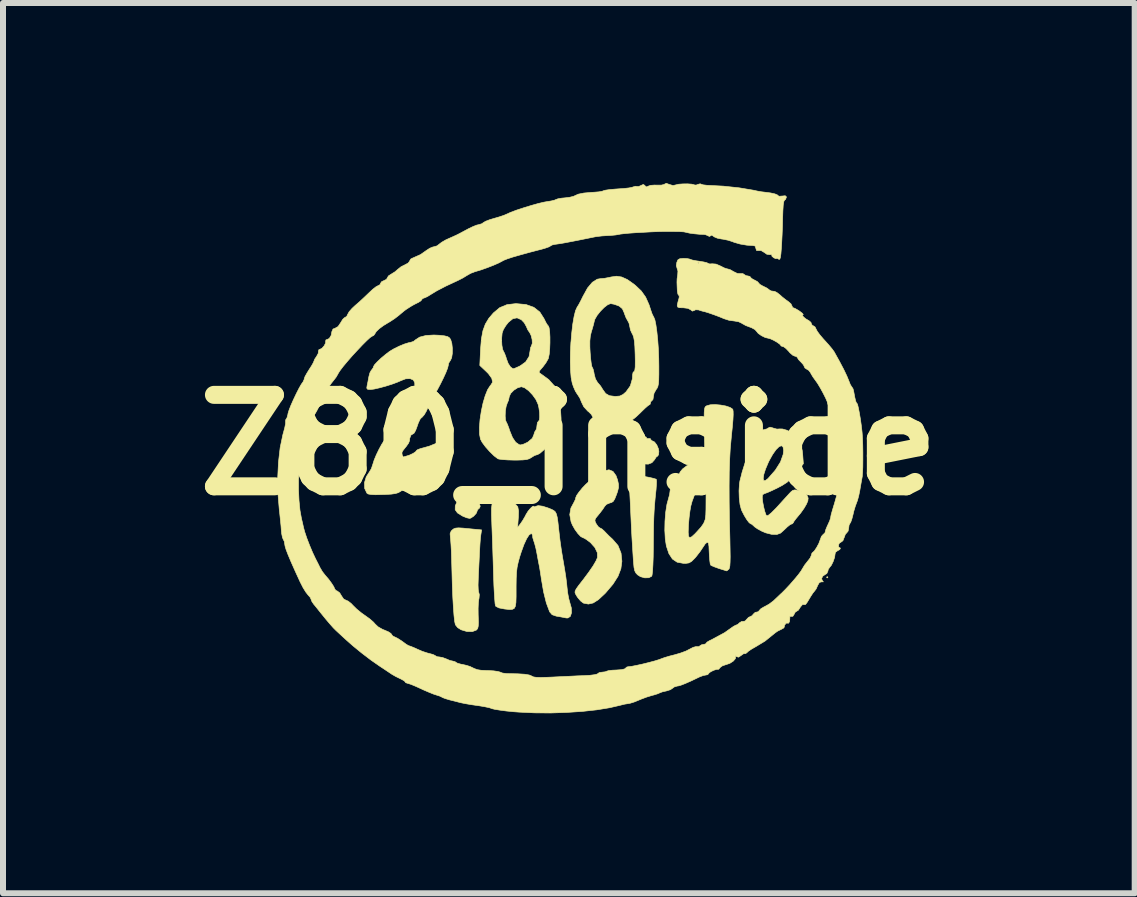
<source format=kicad_pcb>
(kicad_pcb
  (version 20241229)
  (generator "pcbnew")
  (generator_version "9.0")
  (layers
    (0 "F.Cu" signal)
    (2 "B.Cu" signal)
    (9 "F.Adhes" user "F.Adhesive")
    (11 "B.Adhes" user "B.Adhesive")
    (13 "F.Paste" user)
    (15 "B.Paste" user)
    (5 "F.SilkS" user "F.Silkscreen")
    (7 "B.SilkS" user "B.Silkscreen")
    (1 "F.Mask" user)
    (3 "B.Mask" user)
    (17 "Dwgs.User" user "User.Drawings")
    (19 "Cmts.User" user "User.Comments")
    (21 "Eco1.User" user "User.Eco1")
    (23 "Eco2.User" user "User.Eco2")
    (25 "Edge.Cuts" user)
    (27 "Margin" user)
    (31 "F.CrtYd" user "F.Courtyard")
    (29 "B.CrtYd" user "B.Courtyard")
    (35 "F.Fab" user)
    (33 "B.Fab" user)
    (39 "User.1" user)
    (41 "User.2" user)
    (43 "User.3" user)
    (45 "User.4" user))
  (footprint "Z80_inside"
    (layer "F.Cu")
    (at 6.43 4.365)
    (property "Reference" "Z80_inside" (at 0 0 0) (layer "F.SilkS") (effects (font (size 1.524 1.524) (thickness 0.3))))
    (attr through_hole)
    (fp_poly (pts (xy 4.318 2.205) (xy 4.306 2.217) (xy 4.295 2.205) (xy 4.306 2.194) (xy 4.318 2.205)) (stroke (width 0.01) (type solid)) (fill yes) (layer "F.SilkS"))
    (fp_poly (pts (xy -1.672 0.825) (xy -1.592 0.867) (xy -1.534 0.917) (xy -1.494 0.972) (xy -1.477 1.021) (xy -1.489 1.053) (xy -1.497 1.057) (xy -1.523 1.084) (xy -1.525 1.093) (xy -1.543 1.139) (xy -1.586 1.187) (xy -1.634 1.219) (xy -1.655 1.224) (xy -1.703 1.214) (xy -1.766 1.188) (xy -1.776 1.183) (xy -1.856 1.133) (xy -1.894 1.08) (xy -1.893 1.016) (xy -1.864 0.947) (xy -1.808 0.861) (xy -1.745 0.821) (xy -1.672 0.825)) (stroke (width 0.01) (type solid)) (fill yes) (layer "F.SilkS"))
    (fp_poly (pts (xy 1.29 -0.13) (xy 1.293 -0.116) (xy 1.31 -0.103) (xy 1.328 -0.107) (xy 1.357 -0.106) (xy 1.362 -0.095) (xy 1.38 -0.07) (xy 1.388 -0.069) (xy 1.428 -0.049) (xy 1.466 0.001) (xy 1.493 0.065) (xy 1.5 0.11) (xy 1.495 0.161) (xy 1.481 0.185) (xy 1.479 0.185) (xy 1.455 0.203) (xy 1.427 0.248) (xy 1.384 0.296) (xy 1.323 0.32) (xy 1.262 0.317) (xy 1.231 0.299) (xy 1.19 0.267) (xy 1.151 0.244) (xy 1.117 0.22) (xy 1.101 0.18) (xy 1.098 0.111) (xy 1.098 0.109) (xy 1.106 0.028) (xy 1.134 -0.032) (xy 1.166 -0.069) (xy 1.221 -0.117) (xy 1.265 -0.138) (xy 1.29 -0.13)) (stroke (width 0.01) (type solid)) (fill yes) (layer "F.SilkS"))
    (fp_poly (pts (xy 1.182 0.513) (xy 1.255 0.525) (xy 1.343 0.541) (xy 1.413 0.558) (xy 1.452 0.57) (xy 1.457 0.573) (xy 1.461 0.602) (xy 1.459 0.665) (xy 1.453 0.75) (xy 1.449 0.785) (xy 1.437 0.902) (xy 1.428 1.006) (xy 1.421 1.107) (xy 1.416 1.215) (xy 1.412 1.339) (xy 1.41 1.49) (xy 1.408 1.676) (xy 1.408 1.697) (xy 1.406 1.863) (xy 1.401 1.999) (xy 1.395 2.102) (xy 1.387 2.167) (xy 1.381 2.188) (xy 1.333 2.213) (xy 1.265 2.215) (xy 1.193 2.195) (xy 1.146 2.165) (xy 1.117 2.134) (xy 1.098 2.097) (xy 1.086 2.042) (xy 1.078 1.956) (xy 1.074 1.905) (xy 1.062 1.714) (xy 1.052 1.552) (xy 1.044 1.403) (xy 1.037 1.252) (xy 1.029 1.08) (xy 1.028 1.051) (xy 1.022 0.927) (xy 1.016 0.813) (xy 1.009 0.722) (xy 1.003 0.663) (xy 1.002 0.655) (xy 1.005 0.577) (xy 1.027 0.538) (xy 1.049 0.516) (xy 1.075 0.505) (xy 1.115 0.504) (xy 1.182 0.513)) (stroke (width 0.01) (type solid)) (fill yes) (layer "F.SilkS"))
    (fp_poly (pts (xy -1.765 1.386) (xy -1.675 1.395) (xy -1.454 1.416) (xy -1.467 1.499) (xy -1.474 1.558) (xy -1.481 1.649) (xy -1.487 1.755) (xy -1.49 1.813) (xy -1.496 1.942) (xy -1.503 2.083) (xy -1.509 2.21) (xy -1.51 2.243) (xy -1.513 2.335) (xy -1.51 2.41) (xy -1.504 2.455) (xy -1.5 2.462) (xy -1.492 2.496) (xy -1.497 2.556) (xy -1.5 2.568) (xy -1.508 2.632) (xy -1.512 2.725) (xy -1.511 2.828) (xy -1.51 2.855) (xy -1.507 2.955) (xy -1.51 3.019) (xy -1.519 3.058) (xy -1.537 3.082) (xy -1.541 3.085) (xy -1.609 3.111) (xy -1.7 3.109) (xy -1.796 3.08) (xy -1.853 3.044) (xy -1.889 2.999) (xy -1.891 2.996) (xy -1.903 2.941) (xy -1.914 2.843) (xy -1.924 2.708) (xy -1.934 2.538) (xy -1.942 2.338) (xy -1.948 2.112) (xy -1.95 2.043) (xy -1.954 1.903) (xy -1.958 1.773) (xy -1.964 1.663) (xy -1.97 1.582) (xy -1.974 1.544) (xy -1.979 1.479) (xy -1.961 1.435) (xy -1.943 1.417) (xy -1.917 1.397) (xy -1.886 1.386) (xy -1.839 1.382) (xy -1.765 1.386)) (stroke (width 0.01) (type solid)) (fill yes) (layer "F.SilkS"))
    (fp_poly (pts (xy 0.735 0.441) (xy 0.786 0.511) (xy 0.812 0.584) (xy 0.827 0.654) (xy 0.828 0.71) (xy 0.812 0.776) (xy 0.794 0.827) (xy 0.764 0.902) (xy 0.737 0.944) (xy 0.705 0.962) (xy 0.685 0.966) (xy 0.627 0.99) (xy 0.597 1.023) (xy 0.566 1.071) (xy 0.518 1.134) (xy 0.495 1.162) (xy 0.451 1.216) (xy 0.434 1.251) (xy 0.44 1.283) (xy 0.458 1.318) (xy 0.491 1.364) (xy 0.52 1.385) (xy 0.522 1.385) (xy 0.552 1.401) (xy 0.595 1.44) (xy 0.603 1.449) (xy 0.662 1.51) (xy 0.726 1.569) (xy 0.728 1.571) (xy 0.819 1.676) (xy 0.87 1.803) (xy 0.884 1.939) (xy 0.867 2.064) (xy 0.819 2.189) (xy 0.735 2.321) (xy 0.613 2.465) (xy 0.593 2.485) (xy 0.492 2.579) (xy 0.405 2.634) (xy 0.325 2.652) (xy 0.247 2.637) (xy 0.24 2.634) (xy 0.197 2.601) (xy 0.15 2.546) (xy 0.139 2.53) (xy 0.116 2.492) (xy 0.103 2.463) (xy 0.105 2.434) (xy 0.125 2.396) (xy 0.165 2.34) (xy 0.229 2.258) (xy 0.243 2.24) (xy 0.333 2.119) (xy 0.406 2.013) (xy 0.455 1.928) (xy 0.477 1.876) (xy 0.475 1.796) (xy 0.434 1.71) (xy 0.361 1.628) (xy 0.346 1.616) (xy 0.291 1.575) (xy 0.249 1.551) (xy 0.238 1.547) (xy 0.2 1.528) (xy 0.152 1.478) (xy 0.102 1.41) (xy 0.059 1.334) (xy 0.037 1.28) (xy 0.015 1.161) (xy 0.034 1.052) (xy 0.084 0.959) (xy 0.109 0.908) (xy 0.115 0.878) (xy 0.131 0.84) (xy 0.171 0.783) (xy 0.225 0.717) (xy 0.284 0.655) (xy 0.337 0.608) (xy 0.371 0.588) (xy 0.415 0.565) (xy 0.473 0.521) (xy 0.503 0.495) (xy 0.591 0.432) (xy 0.669 0.414) (xy 0.735 0.441)) (stroke (width 0.01) (type solid)) (fill yes) (layer "F.SilkS"))
    (fp_poly (pts (xy -1.084 0.942) (xy -1.064 0.945) (xy -0.957 0.962) (xy -0.888 0.988) (xy -0.851 1.031) (xy -0.838 1.101) (xy -0.841 1.205) (xy -0.842 1.212) (xy -0.854 1.374) (xy -0.808 1.316) (xy -0.769 1.259) (xy -0.726 1.185) (xy -0.714 1.16) (xy -0.68 1.105) (xy -0.641 1.058) (xy -0.606 1.026) (xy -0.582 1.02) (xy -0.577 1.031) (xy -0.565 1.033) (xy -0.552 1.023) (xy -0.51 1.011) (xy -0.438 1.021) (xy -0.344 1.051) (xy -0.285 1.075) (xy -0.251 1.093) (xy -0.226 1.115) (xy -0.208 1.15) (xy -0.194 1.204) (xy -0.182 1.285) (xy -0.169 1.402) (xy -0.162 1.466) (xy -0.147 1.594) (xy -0.126 1.743) (xy -0.102 1.889) (xy -0.091 1.951) (xy -0.07 2.075) (xy -0.05 2.202) (xy -0.036 2.314) (xy -0.031 2.367) (xy -0.02 2.464) (xy -0.003 2.556) (xy 0.013 2.616) (xy 0.041 2.715) (xy 0.044 2.798) (xy 0.025 2.857) (xy -0.016 2.884) (xy -0.042 2.884) (xy -0.077 2.877) (xy -0.092 2.874) (xy -0.138 2.865) (xy -0.203 2.854) (xy -0.21 2.853) (xy -0.279 2.829) (xy -0.321 2.78) (xy -0.322 2.776) (xy -0.375 2.634) (xy -0.421 2.449) (xy -0.46 2.222) (xy -0.462 2.205) (xy -0.475 2.12) (xy -0.487 2.045) (xy -0.494 2.009) (xy -0.505 1.955) (xy -0.52 1.875) (xy -0.531 1.813) (xy -0.549 1.724) (xy -0.57 1.644) (xy -0.583 1.605) (xy -0.601 1.548) (xy -0.605 1.507) (xy -0.605 1.507) (xy -0.617 1.481) (xy -0.63 1.478) (xy -0.663 1.5) (xy -0.703 1.562) (xy -0.748 1.659) (xy -0.794 1.786) (xy -0.821 1.87) (xy -0.845 1.959) (xy -0.862 2.038) (xy -0.872 2.121) (xy -0.877 2.222) (xy -0.879 2.352) (xy -0.879 2.393) (xy -0.879 2.53) (xy -0.882 2.627) (xy -0.892 2.69) (xy -0.912 2.726) (xy -0.946 2.741) (xy -0.998 2.742) (xy -1.072 2.734) (xy -1.077 2.733) (xy -1.165 2.716) (xy -1.216 2.69) (xy -1.222 2.681) (xy -1.229 2.648) (xy -1.235 2.576) (xy -1.242 2.472) (xy -1.249 2.344) (xy -1.254 2.198) (xy -1.256 2.136) (xy -1.261 1.961) (xy -1.267 1.777) (xy -1.273 1.598) (xy -1.279 1.437) (xy -1.284 1.309) (xy -1.284 1.303) (xy -1.289 1.161) (xy -1.289 1.06) (xy -1.281 0.992) (xy -1.26 0.952) (xy -1.222 0.935) (xy -1.165 0.934) (xy -1.084 0.942)) (stroke (width 0.01) (type solid)) (fill yes) (layer "F.SilkS"))
    (fp_poly (pts (xy 3.402 -0.283) (xy 3.408 -0.28) (xy 3.468 -0.264) (xy 3.514 -0.267) (xy 3.561 -0.266) (xy 3.63 -0.246) (xy 3.661 -0.233) (xy 3.769 -0.158) (xy 3.845 -0.052) (xy 3.888 0.087) (xy 3.897 0.162) (xy 3.908 0.313) (xy 3.782 0.471) (xy 3.706 0.559) (xy 3.637 0.622) (xy 3.555 0.675) (xy 3.473 0.718) (xy 3.388 0.759) (xy 3.318 0.79) (xy 3.273 0.807) (xy 3.264 0.808) (xy 3.233 0.827) (xy 3.225 0.84) (xy 3.223 0.882) (xy 3.231 0.951) (xy 3.246 1.032) (xy 3.265 1.108) (xy 3.285 1.164) (xy 3.295 1.18) (xy 3.321 1.175) (xy 3.373 1.133) (xy 3.452 1.054) (xy 3.489 1.014) (xy 3.563 0.932) (xy 3.629 0.86) (xy 3.679 0.805) (xy 3.701 0.782) (xy 3.73 0.758) (xy 3.766 0.749) (xy 3.822 0.756) (xy 3.904 0.776) (xy 3.942 0.803) (xy 3.971 0.842) (xy 3.988 0.886) (xy 3.983 0.931) (xy 3.96 0.986) (xy 3.92 1.055) (xy 3.864 1.134) (xy 3.83 1.175) (xy 3.782 1.233) (xy 3.749 1.278) (xy 3.741 1.296) (xy 3.723 1.315) (xy 3.715 1.316) (xy 3.684 1.331) (xy 3.638 1.368) (xy 3.626 1.38) (xy 3.575 1.428) (xy 3.532 1.466) (xy 3.527 1.47) (xy 3.467 1.492) (xy 3.38 1.49) (xy 3.281 1.465) (xy 3.215 1.437) (xy 3.147 1.4) (xy 3.096 1.365) (xy 3.08 1.349) (xy 3.048 1.321) (xy 3.034 1.316) (xy 3.006 1.297) (xy 2.967 1.247) (xy 2.924 1.177) (xy 2.884 1.099) (xy 2.875 1.077) (xy 2.853 0.995) (xy 2.84 0.885) (xy 2.836 0.765) (xy 2.843 0.651) (xy 2.851 0.599) (xy 2.862 0.557) (xy 3.239 0.557) (xy 3.247 0.593) (xy 3.274 0.595) (xy 3.319 0.56) (xy 3.442 0.419) (xy 3.527 0.284) (xy 3.572 0.157) (xy 3.579 0.09) (xy 3.569 0.032) (xy 3.543 0.013) (xy 3.503 0.029) (xy 3.453 0.078) (xy 3.397 0.157) (xy 3.338 0.263) (xy 3.325 0.29) (xy 3.278 0.401) (xy 3.249 0.491) (xy 3.239 0.557) (xy 2.862 0.557) (xy 2.888 0.452) (xy 2.936 0.3) (xy 2.991 0.154) (xy 3.048 0.026) (xy 3.103 -0.071) (xy 3.118 -0.092) (xy 3.159 -0.152) (xy 3.189 -0.203) (xy 3.194 -0.214) (xy 3.226 -0.248) (xy 3.25 -0.254) (xy 3.301 -0.268) (xy 3.32 -0.281) (xy 3.353 -0.296) (xy 3.402 -0.283)) (stroke (width 0.01) (type solid)) (fill yes) (layer "F.SilkS"))
    (fp_poly (pts (xy 2.528 -0.665) (xy 2.616 -0.649) (xy 2.687 -0.625) (xy 2.729 -0.597) (xy 2.733 -0.59) (xy 2.738 -0.559) (xy 2.739 -0.505) (xy 2.735 -0.421) (xy 2.725 -0.304) (xy 2.709 -0.147) (xy 2.705 -0.104) (xy 2.69 0.059) (xy 2.68 0.242) (xy 2.673 0.449) (xy 2.671 0.684) (xy 2.672 0.953) (xy 2.676 1.259) (xy 2.684 1.569) (xy 2.687 1.737) (xy 2.689 1.864) (xy 2.687 1.955) (xy 2.683 2.017) (xy 2.675 2.054) (xy 2.666 2.071) (xy 2.637 2.095) (xy 2.628 2.099) (xy 2.604 2.091) (xy 2.549 2.074) (xy 2.501 2.059) (xy 2.431 2.034) (xy 2.381 2.013) (xy 2.365 2.004) (xy 2.356 1.982) (xy 2.349 1.931) (xy 2.342 1.848) (xy 2.336 1.725) (xy 2.335 1.691) (xy 2.326 1.634) (xy 2.305 1.621) (xy 2.271 1.651) (xy 2.235 1.705) (xy 2.186 1.778) (xy 2.125 1.857) (xy 2.1 1.886) (xy 2.046 1.94) (xy 2.002 1.966) (xy 1.948 1.974) (xy 1.907 1.973) (xy 1.805 1.954) (xy 1.726 1.901) (xy 1.667 1.81) (xy 1.625 1.684) (xy 1.607 1.568) (xy 1.601 1.454) (xy 1.989 1.454) (xy 1.994 1.52) (xy 2.012 1.545) (xy 2.047 1.531) (xy 2.101 1.482) (xy 2.131 1.45) (xy 2.203 1.37) (xy 2.247 1.307) (xy 2.272 1.244) (xy 2.282 1.166) (xy 2.285 1.074) (xy 2.286 0.906) (xy 2.287 0.779) (xy 2.287 0.687) (xy 2.286 0.625) (xy 2.283 0.587) (xy 2.277 0.569) (xy 2.27 0.563) (xy 2.259 0.566) (xy 2.252 0.569) (xy 2.219 0.599) (xy 2.178 0.662) (xy 2.133 0.747) (xy 2.09 0.843) (xy 2.054 0.94) (xy 2.033 1.016) (xy 2.018 1.101) (xy 2.004 1.211) (xy 1.994 1.325) (xy 1.993 1.345) (xy 1.989 1.454) (xy 1.601 1.454) (xy 1.599 1.426) (xy 1.602 1.272) (xy 1.614 1.121) (xy 1.635 0.988) (xy 1.661 0.893) (xy 1.679 0.826) (xy 1.686 0.774) (xy 1.692 0.729) (xy 1.703 0.712) (xy 1.723 0.688) (xy 1.757 0.635) (xy 1.797 0.563) (xy 1.839 0.485) (xy 1.857 0.447) (xy 1.896 0.4) (xy 1.962 0.35) (xy 2.038 0.307) (xy 2.107 0.281) (xy 2.132 0.277) (xy 2.194 0.264) (xy 2.226 0.247) (xy 2.243 0.229) (xy 2.255 0.2) (xy 2.261 0.151) (xy 2.263 0.074) (xy 2.262 -0.039) (xy 2.261 -0.059) (xy 2.258 -0.235) (xy 2.256 -0.37) (xy 2.255 -0.471) (xy 2.256 -0.542) (xy 2.26 -0.59) (xy 2.266 -0.619) (xy 2.275 -0.637) (xy 2.288 -0.647) (xy 2.299 -0.653) (xy 2.356 -0.669) (xy 2.437 -0.673) (xy 2.528 -0.665)) (stroke (width 0.01) (type solid)) (fill yes) (layer "F.SilkS"))
    (fp_poly (pts (xy 0.88 -2.799) (xy 0.973 -2.757) (xy 1.08 -2.682) (xy 1.11 -2.658) (xy 1.207 -2.566) (xy 1.28 -2.463) (xy 1.337 -2.335) (xy 1.364 -2.251) (xy 1.387 -2.185) (xy 1.411 -2.136) (xy 1.416 -2.128) (xy 1.434 -2.084) (xy 1.451 -2.001) (xy 1.467 -1.887) (xy 1.481 -1.751) (xy 1.492 -1.599) (xy 1.498 -1.441) (xy 1.5 -1.314) (xy 1.5 -1.181) (xy 1.498 -1.085) (xy 1.493 -1.02) (xy 1.484 -0.976) (xy 1.471 -0.946) (xy 1.455 -0.924) (xy 1.42 -0.862) (xy 1.409 -0.805) (xy 1.402 -0.758) (xy 1.385 -0.739) (xy 1.365 -0.72) (xy 1.362 -0.704) (xy 1.352 -0.674) (xy 1.342 -0.67) (xy 1.318 -0.654) (xy 1.271 -0.613) (xy 1.21 -0.554) (xy 1.188 -0.532) (xy 1.118 -0.466) (xy 1.053 -0.415) (xy 1.003 -0.386) (xy 0.995 -0.383) (xy 0.831 -0.363) (xy 0.681 -0.362) (xy 0.623 -0.368) (xy 0.526 -0.39) (xy 0.449 -0.42) (xy 0.402 -0.454) (xy 0.393 -0.476) (xy 0.376 -0.507) (xy 0.333 -0.55) (xy 0.315 -0.564) (xy 0.249 -0.636) (xy 0.212 -0.711) (xy 0.183 -0.782) (xy 0.145 -0.841) (xy 0.14 -0.847) (xy 0.109 -0.896) (xy 0.076 -0.971) (xy 0.056 -1.031) (xy 0.038 -1.123) (xy 0.028 -1.245) (xy 0.024 -1.389) (xy 0.026 -1.545) (xy 0.034 -1.707) (xy 0.037 -1.733) (xy 0.35 -1.733) (xy 0.35 -1.629) (xy 0.355 -1.54) (xy 0.363 -1.441) (xy 0.373 -1.36) (xy 0.383 -1.308) (xy 0.39 -1.294) (xy 0.404 -1.265) (xy 0.418 -1.208) (xy 0.422 -1.181) (xy 0.443 -1.101) (xy 0.478 -1.041) (xy 0.483 -1.036) (xy 0.529 -0.982) (xy 0.565 -0.924) (xy 0.613 -0.857) (xy 0.675 -0.821) (xy 0.766 -0.809) (xy 0.779 -0.809) (xy 0.849 -0.815) (xy 0.904 -0.842) (xy 0.954 -0.886) (xy 1.025 -0.985) (xy 1.059 -1.104) (xy 1.062 -1.169) (xy 1.071 -1.211) (xy 1.088 -1.224) (xy 1.099 -1.243) (xy 1.106 -1.301) (xy 1.107 -1.401) (xy 1.105 -1.508) (xy 1.1 -1.639) (xy 1.092 -1.732) (xy 1.08 -1.797) (xy 1.064 -1.841) (xy 1.056 -1.853) (xy 1.027 -1.915) (xy 1.016 -1.969) (xy 1.002 -2.031) (xy 0.982 -2.068) (xy 0.953 -2.12) (xy 0.926 -2.19) (xy 0.923 -2.201) (xy 0.892 -2.27) (xy 0.84 -2.313) (xy 0.819 -2.322) (xy 0.753 -2.345) (xy 0.698 -2.355) (xy 0.694 -2.355) (xy 0.648 -2.337) (xy 0.588 -2.291) (xy 0.526 -2.228) (xy 0.471 -2.159) (xy 0.434 -2.095) (xy 0.426 -2.071) (xy 0.41 -2.003) (xy 0.386 -1.92) (xy 0.375 -1.886) (xy 0.358 -1.814) (xy 0.35 -1.733) (xy 0.037 -1.733) (xy 0.048 -1.866) (xy 0.065 -2.012) (xy 0.087 -2.139) (xy 0.111 -2.237) (xy 0.139 -2.298) (xy 0.142 -2.302) (xy 0.164 -2.337) (xy 0.198 -2.401) (xy 0.235 -2.476) (xy 0.312 -2.616) (xy 0.392 -2.711) (xy 0.473 -2.762) (xy 0.524 -2.771) (xy 0.595 -2.777) (xy 0.679 -2.793) (xy 0.704 -2.799) (xy 0.794 -2.812) (xy 0.88 -2.799)) (stroke (width 0.01) (type solid)) (fill yes) (layer "F.SilkS"))
    (fp_poly (pts (xy -2.16 -1.828) (xy -2.072 -1.818) (xy -2.019 -1.805) (xy -1.988 -1.784) (xy -1.969 -1.755) (xy -1.95 -1.691) (xy -1.941 -1.609) (xy -1.942 -1.524) (xy -1.953 -1.453) (xy -1.973 -1.41) (xy -1.974 -1.409) (xy -2.003 -1.363) (xy -2.009 -1.328) (xy -2.02 -1.282) (xy -2.049 -1.207) (xy -2.091 -1.115) (xy -2.14 -1.016) (xy -2.19 -0.922) (xy -2.237 -0.843) (xy -2.274 -0.79) (xy -2.284 -0.78) (xy -2.321 -0.732) (xy -2.332 -0.692) (xy -2.344 -0.636) (xy -2.372 -0.568) (xy -2.409 -0.504) (xy -2.445 -0.462) (xy -2.456 -0.455) (xy -2.48 -0.427) (xy -2.508 -0.368) (xy -2.527 -0.313) (xy -2.554 -0.24) (xy -2.581 -0.194) (xy -2.596 -0.185) (xy -2.631 -0.164) (xy -2.652 -0.11) (xy -2.655 -0.071) (xy -2.671 -0.03) (xy -2.709 0.024) (xy -2.725 0.043) (xy -2.768 0.098) (xy -2.792 0.149) (xy -2.794 0.162) (xy -2.787 0.194) (xy -2.756 0.199) (xy -2.731 0.193) (xy -2.659 0.171) (xy -2.595 0.141) (xy -2.551 0.111) (xy -2.54 0.094) (xy -2.519 0.078) (xy -2.467 0.059) (xy -2.42 0.047) (xy -2.325 0.02) (xy -2.229 -0.019) (xy -2.197 -0.035) (xy -2.12 -0.07) (xy -2.044 -0.09) (xy -2.018 -0.092) (xy -1.94 -0.092) (xy -1.94 0.026) (xy -1.962 0.164) (xy -2.027 0.298) (xy -2.129 0.42) (xy -2.161 0.448) (xy -2.216 0.499) (xy -2.253 0.542) (xy -2.263 0.563) (xy -2.284 0.589) (xy -2.338 0.621) (xy -2.415 0.653) (xy -2.504 0.682) (xy -2.593 0.703) (xy -2.621 0.708) (xy -2.704 0.727) (xy -2.779 0.757) (xy -2.802 0.772) (xy -2.841 0.795) (xy -2.89 0.81) (xy -2.96 0.82) (xy -3.063 0.826) (xy -3.103 0.827) (xy -3.221 0.83) (xy -3.299 0.826) (xy -3.346 0.817) (xy -3.365 0.804) (xy -3.403 0.725) (xy -3.406 0.629) (xy -3.376 0.53) (xy -3.324 0.45) (xy -3.291 0.395) (xy -3.268 0.326) (xy -3.267 0.323) (xy -3.245 0.253) (xy -3.209 0.166) (xy -3.164 0.073) (xy -3.117 -0.013) (xy -3.074 -0.079) (xy -3.045 -0.111) (xy -3.011 -0.157) (xy -3.002 -0.197) (xy -2.985 -0.249) (xy -2.959 -0.276) (xy -2.927 -0.311) (xy -2.898 -0.373) (xy -2.89 -0.4) (xy -2.867 -0.469) (xy -2.839 -0.52) (xy -2.829 -0.531) (xy -2.8 -0.57) (xy -2.794 -0.591) (xy -2.78 -0.626) (xy -2.744 -0.678) (xy -2.728 -0.698) (xy -2.682 -0.759) (xy -2.649 -0.818) (xy -2.644 -0.83) (xy -2.618 -0.887) (xy -2.595 -0.918) (xy -2.567 -0.973) (xy -2.568 -1.037) (xy -2.591 -1.081) (xy -2.645 -1.105) (xy -2.72 -1.102) (xy -2.79 -1.075) (xy -2.857 -1.046) (xy -2.949 -1.012) (xy -3.054 -0.979) (xy -3.158 -0.951) (xy -3.246 -0.931) (xy -3.304 -0.924) (xy -3.353 -0.927) (xy -3.368 -0.947) (xy -3.362 -0.987) (xy -3.348 -1.055) (xy -3.334 -1.132) (xy -3.333 -1.137) (xy -3.316 -1.201) (xy -3.292 -1.245) (xy -3.287 -1.249) (xy -3.26 -1.287) (xy -3.256 -1.305) (xy -3.239 -1.335) (xy -3.194 -1.384) (xy -3.13 -1.445) (xy -3.056 -1.507) (xy -2.988 -1.559) (xy -2.916 -1.602) (xy -2.829 -1.645) (xy -2.742 -1.681) (xy -2.671 -1.703) (xy -2.642 -1.708) (xy -2.589 -1.725) (xy -2.554 -1.753) (xy -2.486 -1.797) (xy -2.382 -1.824) (xy -2.251 -1.832) (xy -2.16 -1.828)) (stroke (width 0.01) (type solid)) (fill yes) (layer "F.SilkS"))
    (fp_poly (pts (xy -0.714 -2.34) (xy -0.583 -2.293) (xy -0.484 -2.215) (xy -0.415 -2.107) (xy -0.383 -2.042) (xy -0.354 -1.995) (xy -0.342 -1.983) (xy -0.329 -1.952) (xy -0.32 -1.887) (xy -0.315 -1.799) (xy -0.315 -1.7) (xy -0.319 -1.6) (xy -0.327 -1.513) (xy -0.34 -1.449) (xy -0.344 -1.436) (xy -0.382 -1.369) (xy -0.434 -1.299) (xy -0.445 -1.287) (xy -0.485 -1.24) (xy -0.497 -1.213) (xy -0.482 -1.195) (xy -0.474 -1.19) (xy -0.335 -1.089) (xy -0.235 -0.977) (xy -0.177 -0.857) (xy -0.176 -0.854) (xy -0.162 -0.781) (xy -0.148 -0.679) (xy -0.137 -0.562) (xy -0.13 -0.449) (xy -0.129 -0.378) (xy -0.137 -0.289) (xy -0.166 -0.216) (xy -0.202 -0.162) (xy -0.273 -0.072) (xy -0.348 0.013) (xy -0.419 0.085) (xy -0.479 0.137) (xy -0.521 0.161) (xy -0.527 0.162) (xy -0.572 0.176) (xy -0.623 0.208) (xy -0.658 0.229) (xy -0.702 0.243) (xy -0.767 0.25) (xy -0.863 0.253) (xy -0.912 0.253) (xy -1.015 0.25) (xy -1.102 0.244) (xy -1.164 0.236) (xy -1.183 0.23) (xy -1.246 0.182) (xy -1.318 0.112) (xy -1.388 0.033) (xy -1.444 -0.042) (xy -1.473 -0.097) (xy -1.489 -0.181) (xy -1.49 -0.293) (xy -1.48 -0.424) (xy -1.471 -0.482) (xy -1.061 -0.482) (xy -1.056 -0.415) (xy -1.042 -0.38) (xy -1.025 -0.347) (xy -1.001 -0.285) (xy -0.983 -0.231) (xy -0.939 -0.123) (xy -0.886 -0.045) (xy -0.83 -0.005) (xy -0.805 0) (xy -0.76 -0.011) (xy -0.699 -0.039) (xy -0.681 -0.049) (xy -0.609 -0.11) (xy -0.585 -0.165) (xy -0.569 -0.217) (xy -0.551 -0.244) (xy -0.537 -0.274) (xy -0.531 -0.325) (xy -0.524 -0.373) (xy -0.508 -0.393) (xy -0.492 -0.413) (xy -0.486 -0.466) (xy -0.488 -0.539) (xy -0.499 -0.619) (xy -0.513 -0.678) (xy -0.549 -0.757) (xy -0.606 -0.836) (xy -0.672 -0.905) (xy -0.738 -0.953) (xy -0.791 -0.97) (xy -0.853 -0.953) (xy -0.917 -0.912) (xy -0.969 -0.859) (xy -0.993 -0.806) (xy -0.994 -0.8) (xy -1.006 -0.743) (xy -1.028 -0.693) (xy -1.046 -0.638) (xy -1.058 -0.562) (xy -1.061 -0.482) (xy -1.471 -0.482) (xy -1.459 -0.562) (xy -1.43 -0.698) (xy -1.394 -0.82) (xy -1.354 -0.92) (xy -1.312 -0.985) (xy -1.303 -0.995) (xy -1.271 -1.045) (xy -1.284 -1.109) (xy -1.34 -1.187) (xy -1.377 -1.224) (xy -1.484 -1.325) (xy -1.471 -1.601) (xy -1.459 -1.745) (xy -1.12 -1.745) (xy -1.116 -1.663) (xy -1.105 -1.598) (xy -1.093 -1.568) (xy -1.071 -1.526) (xy -1.047 -1.461) (xy -1.041 -1.438) (xy -1.011 -1.358) (xy -0.972 -1.299) (xy -0.933 -1.271) (xy -0.926 -1.27) (xy -0.897 -1.279) (xy -0.842 -1.303) (xy -0.813 -1.317) (xy -0.72 -1.383) (xy -0.663 -1.473) (xy -0.647 -1.564) (xy -0.638 -1.621) (xy -0.622 -1.655) (xy -0.609 -1.694) (xy -0.612 -1.756) (xy -0.628 -1.822) (xy -0.652 -1.872) (xy -0.657 -1.878) (xy -0.685 -1.919) (xy -0.708 -1.973) (xy -0.743 -2.036) (xy -0.792 -2.087) (xy -0.863 -2.118) (xy -0.933 -2.104) (xy -1.006 -2.045) (xy -1.05 -1.989) (xy -1.091 -1.923) (xy -1.112 -1.863) (xy -1.119 -1.785) (xy -1.12 -1.745) (xy -1.459 -1.745) (xy -1.457 -1.769) (xy -1.432 -1.903) (xy -1.392 -2.013) (xy -1.333 -2.111) (xy -1.258 -2.199) (xy -1.152 -2.288) (xy -1.031 -2.338) (xy -0.885 -2.355) (xy -0.878 -2.355) (xy -0.714 -2.34)) (stroke (width 0.01) (type solid)) (fill yes) (layer "F.SilkS"))
    (fp_poly (pts (xy 1.672 -4.342) (xy 1.736 -4.323) (xy 1.784 -4.334) (xy 1.83 -4.345) (xy 1.901 -4.35) (xy 1.978 -4.351) (xy 2.047 -4.346) (xy 2.09 -4.336) (xy 2.095 -4.332) (xy 2.123 -4.331) (xy 2.147 -4.341) (xy 2.188 -4.352) (xy 2.204 -4.346) (xy 2.236 -4.335) (xy 2.294 -4.328) (xy 2.305 -4.327) (xy 2.575 -4.313) (xy 2.838 -4.285) (xy 3.077 -4.245) (xy 3.14 -4.231) (xy 3.208 -4.219) (xy 3.267 -4.212) (xy 3.36 -4.2) (xy 3.433 -4.184) (xy 3.478 -4.165) (xy 3.487 -4.154) (xy 3.506 -4.144) (xy 3.553 -4.148) (xy 3.556 -4.148) (xy 3.606 -4.153) (xy 3.625 -4.136) (xy 3.625 -4.127) (xy 3.61 -4.09) (xy 3.597 -4.082) (xy 3.583 -4.059) (xy 3.573 -4) (xy 3.567 -3.902) (xy 3.563 -3.785) (xy 3.56 -3.648) (xy 3.554 -3.501) (xy 3.547 -3.366) (xy 3.542 -3.285) (xy 3.534 -3.184) (xy 3.525 -3.123) (xy 3.515 -3.095) (xy 3.501 -3.093) (xy 3.495 -3.097) (xy 3.469 -3.112) (xy 3.464 -3.108) (xy 3.447 -3.105) (xy 3.417 -3.118) (xy 3.385 -3.144) (xy 3.382 -3.162) (xy 3.374 -3.174) (xy 3.35 -3.171) (xy 3.299 -3.178) (xy 3.26 -3.206) (xy 3.203 -3.24) (xy 3.165 -3.24) (xy 3.128 -3.24) (xy 3.117 -3.274) (xy 3.117 -3.276) (xy 3.104 -3.315) (xy 3.065 -3.323) (xy 2.967 -3.329) (xy 2.855 -3.348) (xy 2.756 -3.376) (xy 2.729 -3.387) (xy 2.656 -3.411) (xy 2.569 -3.429) (xy 2.544 -3.432) (xy 2.474 -3.446) (xy 2.422 -3.468) (xy 2.409 -3.478) (xy 2.381 -3.498) (xy 2.367 -3.487) (xy 2.34 -3.474) (xy 2.323 -3.485) (xy 2.277 -3.504) (xy 2.25 -3.508) (xy 2.175 -3.511) (xy 2.09 -3.519) (xy 2.015 -3.529) (xy 1.966 -3.54) (xy 1.963 -3.541) (xy 1.917 -3.551) (xy 1.852 -3.555) (xy 1.847 -3.556) (xy 1.763 -3.557) (xy 1.686 -3.558) (xy 1.606 -3.558) (xy 1.5 -3.556) (xy 1.377 -3.551) (xy 1.247 -3.544) (xy 1.119 -3.537) (xy 1.005 -3.529) (xy 0.913 -3.52) (xy 0.854 -3.513) (xy 0.843 -3.51) (xy 0.779 -3.499) (xy 0.694 -3.491) (xy 0.647 -3.489) (xy 0.55 -3.483) (xy 0.452 -3.471) (xy 0.416 -3.464) (xy 0.293 -3.439) (xy 0.134 -3.407) (xy -0.058 -3.37) (xy -0.138 -3.356) (xy -0.208 -3.346) (xy -0.231 -3.343) (xy -0.28 -3.332) (xy -0.303 -3.318) (xy -0.332 -3.301) (xy -0.391 -3.28) (xy -0.442 -3.265) (xy -0.646 -3.212) (xy -0.809 -3.167) (xy -0.935 -3.131) (xy -1.026 -3.101) (xy -1.086 -3.077) (xy -1.113 -3.062) (xy -1.17 -3.032) (xy -1.257 -2.994) (xy -1.36 -2.954) (xy -1.464 -2.917) (xy -1.555 -2.89) (xy -1.563 -2.888) (xy -1.636 -2.86) (xy -1.701 -2.823) (xy -1.766 -2.783) (xy -1.844 -2.743) (xy -1.859 -2.736) (xy -2.05 -2.647) (xy -2.2 -2.569) (xy -2.297 -2.51) (xy -2.357 -2.473) (xy -2.405 -2.451) (xy -2.418 -2.448) (xy -2.445 -2.433) (xy -2.448 -2.425) (xy -2.467 -2.401) (xy -2.513 -2.372) (xy -2.523 -2.368) (xy -2.579 -2.34) (xy -2.633 -2.309) (xy -2.703 -2.264) (xy -2.712 -2.258) (xy -2.743 -2.235) (xy -2.794 -2.193) (xy -2.829 -2.163) (xy -2.904 -2.105) (xy -2.985 -2.052) (xy -3.013 -2.036) (xy -3.09 -1.989) (xy -3.159 -1.938) (xy -3.21 -1.889) (xy -3.232 -1.853) (xy -3.233 -1.85) (xy -3.252 -1.825) (xy -3.277 -1.813) (xy -3.312 -1.79) (xy -3.369 -1.738) (xy -3.442 -1.665) (xy -3.524 -1.578) (xy -3.61 -1.485) (xy -3.691 -1.392) (xy -3.762 -1.307) (xy -3.815 -1.237) (xy -3.845 -1.19) (xy -3.845 -1.188) (xy -3.879 -1.129) (xy -3.916 -1.081) (xy -3.959 -1.027) (xy -4.006 -0.961) (xy -4.048 -0.897) (xy -4.078 -0.846) (xy -4.087 -0.822) (xy -4.097 -0.787) (xy -4.123 -0.727) (xy -4.157 -0.654) (xy -4.193 -0.583) (xy -4.225 -0.526) (xy -4.246 -0.498) (xy -4.247 -0.498) (xy -4.267 -0.464) (xy -4.272 -0.432) (xy -4.285 -0.378) (xy -4.315 -0.316) (xy -4.318 -0.312) (xy -4.35 -0.245) (xy -4.364 -0.18) (xy -4.364 -0.177) (xy -4.374 -0.109) (xy -4.392 -0.062) (xy -4.414 -0.006) (xy -4.433 0.068) (xy -4.435 0.081) (xy -4.45 0.159) (xy -4.469 0.254) (xy -4.479 0.3) (xy -4.496 0.425) (xy -4.505 0.58) (xy -4.505 0.752) (xy -4.497 0.926) (xy -4.481 1.088) (xy -4.457 1.222) (xy -4.454 1.235) (xy -4.437 1.306) (xy -4.424 1.365) (xy -4.422 1.374) (xy -4.402 1.449) (xy -4.367 1.553) (xy -4.322 1.67) (xy -4.273 1.787) (xy -4.224 1.891) (xy -4.199 1.94) (xy -4.176 1.985) (xy -4.147 2.044) (xy -4.107 2.112) (xy -4.061 2.171) (xy -4.004 2.237) (xy -3.954 2.305) (xy -3.917 2.363) (xy -3.902 2.399) (xy -3.902 2.399) (xy -3.883 2.424) (xy -3.859 2.435) (xy -3.819 2.465) (xy -3.787 2.518) (xy -3.753 2.568) (xy -3.717 2.586) (xy -3.678 2.603) (xy -3.626 2.644) (xy -3.598 2.674) (xy -3.536 2.735) (xy -3.454 2.802) (xy -3.392 2.846) (xy -3.318 2.899) (xy -3.257 2.952) (xy -3.225 2.988) (xy -3.178 3.032) (xy -3.104 3.074) (xy -3.071 3.087) (xy -3.006 3.115) (xy -2.965 3.142) (xy -2.956 3.156) (xy -2.936 3.183) (xy -2.904 3.199) (xy -2.854 3.223) (xy -2.79 3.264) (xy -2.766 3.281) (xy -2.712 3.321) (xy -2.671 3.345) (xy -2.661 3.348) (xy -2.631 3.358) (xy -2.573 3.382) (xy -2.525 3.404) (xy -2.442 3.44) (xy -2.359 3.467) (xy -2.324 3.476) (xy -2.265 3.492) (xy -2.229 3.509) (xy -2.227 3.512) (xy -2.196 3.529) (xy -2.16 3.533) (xy -2.101 3.544) (xy -2.04 3.567) (xy -1.982 3.592) (xy -1.935 3.602) (xy -1.895 3.613) (xy -1.884 3.622) (xy -1.855 3.638) (xy -1.798 3.654) (xy -1.778 3.657) (xy -1.704 3.674) (xy -1.641 3.694) (xy -1.633 3.699) (xy -1.572 3.728) (xy -1.521 3.746) (xy -1.463 3.755) (xy -1.382 3.759) (xy -1.341 3.76) (xy -1.254 3.765) (xy -1.184 3.775) (xy -1.144 3.786) (xy -1.142 3.788) (xy -1.103 3.802) (xy -1.039 3.81) (xy -1.013 3.811) (xy -0.855 3.814) (xy -0.738 3.821) (xy -0.66 3.834) (xy -0.617 3.852) (xy -0.616 3.853) (xy -0.589 3.866) (xy -0.543 3.873) (xy -0.469 3.875) (xy -0.361 3.872) (xy -0.283 3.869) (xy -0.142 3.862) (xy 0.009 3.855) (xy 0.151 3.848) (xy 0.242 3.845) (xy 0.349 3.839) (xy 0.429 3.829) (xy 0.474 3.818) (xy 0.48 3.812) (xy 0.507 3.794) (xy 0.552 3.787) (xy 0.605 3.781) (xy 0.633 3.77) (xy 0.663 3.761) (xy 0.725 3.754) (xy 0.791 3.751) (xy 0.876 3.745) (xy 0.929 3.733) (xy 0.942 3.722) (xy 0.969 3.7) (xy 0.998 3.695) (xy 1.05 3.689) (xy 1.132 3.673) (xy 1.232 3.651) (xy 1.337 3.625) (xy 1.434 3.599) (xy 1.508 3.576) (xy 1.536 3.565) (xy 1.594 3.544) (xy 1.678 3.519) (xy 1.764 3.497) (xy 1.86 3.469) (xy 1.952 3.435) (xy 2.012 3.404) (xy 2.072 3.373) (xy 2.12 3.36) (xy 2.133 3.362) (xy 2.17 3.36) (xy 2.181 3.35) (xy 2.215 3.329) (xy 2.241 3.325) (xy 2.278 3.317) (xy 2.286 3.306) (xy 2.305 3.285) (xy 2.353 3.257) (xy 2.373 3.249) (xy 2.595 3.129) (xy 2.688 3.063) (xy 2.742 3.025) (xy 2.781 3.004) (xy 2.79 3.002) (xy 2.821 2.986) (xy 2.841 2.966) (xy 2.879 2.942) (xy 2.902 2.942) (xy 2.937 2.935) (xy 2.961 2.909) (xy 2.995 2.873) (xy 3.019 2.863) (xy 3.053 2.846) (xy 3.075 2.819) (xy 3.107 2.789) (xy 3.13 2.786) (xy 3.16 2.778) (xy 3.171 2.761) (xy 3.2 2.73) (xy 3.254 2.698) (xy 3.267 2.692) (xy 3.337 2.653) (xy 3.41 2.598) (xy 3.428 2.581) (xy 3.484 2.528) (xy 3.532 2.482) (xy 3.545 2.471) (xy 3.609 2.407) (xy 3.683 2.328) (xy 3.757 2.243) (xy 3.823 2.164) (xy 3.871 2.099) (xy 3.888 2.07) (xy 3.93 2.001) (xy 3.982 1.935) (xy 3.982 1.935) (xy 4.021 1.885) (xy 4.04 1.843) (xy 4.041 1.839) (xy 4.051 1.804) (xy 4.058 1.797) (xy 4.091 1.767) (xy 4.13 1.709) (xy 4.166 1.642) (xy 4.189 1.58) (xy 4.19 1.577) (xy 4.21 1.523) (xy 4.238 1.492) (xy 4.239 1.492) (xy 4.268 1.464) (xy 4.272 1.449) (xy 4.282 1.411) (xy 4.307 1.351) (xy 4.318 1.328) (xy 4.347 1.264) (xy 4.363 1.213) (xy 4.364 1.202) (xy 4.371 1.164) (xy 4.39 1.096) (xy 4.416 1.009) (xy 4.425 0.981) (xy 4.461 0.853) (xy 4.486 0.723) (xy 4.502 0.575) (xy 4.511 0.439) (xy 4.518 0.376) (xy 4.531 0.332) (xy 4.533 0.329) (xy 4.542 0.288) (xy 4.538 0.228) (xy 4.537 0.226) (xy 4.529 0.165) (xy 4.522 0.076) (xy 4.517 -0.021) (xy 4.517 -0.024) (xy 4.512 -0.112) (xy 4.504 -0.183) (xy 4.495 -0.224) (xy 4.494 -0.226) (xy 4.482 -0.262) (xy 4.466 -0.329) (xy 4.454 -0.394) (xy 4.424 -0.514) (xy 4.377 -0.594) (xy 4.375 -0.596) (xy 4.337 -0.642) (xy 4.318 -0.675) (xy 4.318 -0.678) (xy 4.307 -0.717) (xy 4.278 -0.784) (xy 4.237 -0.865) (xy 4.191 -0.949) (xy 4.146 -1.024) (xy 4.112 -1.072) (xy 4.068 -1.133) (xy 4.036 -1.186) (xy 4.029 -1.202) (xy 3.997 -1.244) (xy 3.97 -1.259) (xy 3.934 -1.283) (xy 3.925 -1.302) (xy 3.909 -1.336) (xy 3.87 -1.379) (xy 3.868 -1.381) (xy 3.828 -1.422) (xy 3.81 -1.453) (xy 3.81 -1.455) (xy 3.791 -1.474) (xy 3.77 -1.478) (xy 3.731 -1.495) (xy 3.683 -1.537) (xy 3.665 -1.559) (xy 3.618 -1.608) (xy 3.578 -1.637) (xy 3.567 -1.639) (xy 3.536 -1.65) (xy 3.533 -1.658) (xy 3.514 -1.68) (xy 3.469 -1.712) (xy 3.411 -1.745) (xy 3.358 -1.769) (xy 3.325 -1.778) (xy 3.273 -1.79) (xy 3.21 -1.821) (xy 3.156 -1.859) (xy 3.129 -1.892) (xy 3.101 -1.923) (xy 3.044 -1.954) (xy 3.019 -1.963) (xy 2.948 -1.99) (xy 2.891 -2.021) (xy 2.88 -2.029) (xy 2.829 -2.053) (xy 2.761 -2.065) (xy 2.753 -2.066) (xy 2.67 -2.077) (xy 2.589 -2.103) (xy 2.586 -2.104) (xy 2.509 -2.136) (xy 2.421 -2.169) (xy 2.335 -2.199) (xy 2.267 -2.22) (xy 2.24 -2.226) (xy 2.189 -2.24) (xy 2.164 -2.25) (xy 2.113 -2.253) (xy 2.092 -2.242) (xy 2.059 -2.23) (xy 2.032 -2.251) (xy 1.986 -2.276) (xy 1.907 -2.286) (xy 1.9 -2.286) (xy 1.844 -2.287) (xy 1.814 -2.298) (xy 1.806 -2.326) (xy 1.818 -2.382) (xy 1.838 -2.453) (xy 1.839 -2.487) (xy 1.83 -2.494) (xy 1.817 -2.514) (xy 1.808 -2.565) (xy 1.807 -2.58) (xy 1.804 -2.651) (xy 1.802 -2.709) (xy 1.802 -2.713) (xy 1.804 -2.769) (xy 1.814 -2.835) (xy 1.818 -2.898) (xy 1.805 -2.94) (xy 1.791 -2.988) (xy 1.798 -3.036) (xy 2.147 -3.036) (xy 2.159 -3.025) (xy 2.171 -3.036) (xy 2.159 -3.048) (xy 2.147 -3.036) (xy 1.798 -3.036) (xy 1.798 -3.038) (xy 1.816 -3.083) (xy 1.848 -3.103) (xy 1.907 -3.109) (xy 1.971 -3.106) (xy 2.015 -3.097) (xy 2.02 -3.094) (xy 2.055 -3.082) (xy 2.119 -3.069) (xy 2.176 -3.061) (xy 2.249 -3.049) (xy 2.302 -3.036) (xy 2.32 -3.026) (xy 2.348 -3.016) (xy 2.389 -3.019) (xy 2.453 -3.014) (xy 2.529 -2.981) (xy 2.529 -2.981) (xy 2.59 -2.95) (xy 2.639 -2.934) (xy 2.647 -2.933) (xy 2.69 -2.92) (xy 2.744 -2.889) (xy 2.746 -2.888) (xy 2.807 -2.858) (xy 2.857 -2.855) (xy 2.901 -2.855) (xy 2.92 -2.842) (xy 2.953 -2.821) (xy 2.98 -2.817) (xy 3.017 -2.808) (xy 3.025 -2.797) (xy 3.044 -2.775) (xy 3.09 -2.749) (xy 3.094 -2.748) (xy 3.142 -2.722) (xy 3.163 -2.699) (xy 3.163 -2.698) (xy 3.183 -2.676) (xy 3.23 -2.649) (xy 3.243 -2.643) (xy 3.299 -2.615) (xy 3.334 -2.59) (xy 3.336 -2.587) (xy 3.369 -2.567) (xy 3.397 -2.563) (xy 3.432 -2.558) (xy 3.47 -2.538) (xy 3.522 -2.497) (xy 3.556 -2.466) (xy 3.609 -2.424) (xy 3.658 -2.389) (xy 3.701 -2.352) (xy 3.718 -2.318) (xy 3.73 -2.289) (xy 3.74 -2.286) (xy 3.771 -2.274) (xy 3.823 -2.244) (xy 3.847 -2.228) (xy 3.891 -2.194) (xy 3.907 -2.174) (xy 3.901 -2.171) (xy 3.892 -2.159) (xy 3.911 -2.133) (xy 3.948 -2.102) (xy 3.992 -2.076) (xy 4 -2.072) (xy 4.035 -2.042) (xy 4.041 -2.021) (xy 4.058 -1.99) (xy 4.073 -1.986) (xy 4.103 -1.966) (xy 4.119 -1.934) (xy 4.14 -1.893) (xy 4.186 -1.831) (xy 4.246 -1.761) (xy 4.261 -1.745) (xy 4.327 -1.672) (xy 4.384 -1.604) (xy 4.42 -1.555) (xy 4.424 -1.548) (xy 4.511 -1.391) (xy 4.582 -1.256) (xy 4.634 -1.147) (xy 4.665 -1.071) (xy 4.666 -1.069) (xy 4.689 -1.01) (xy 4.711 -0.972) (xy 4.716 -0.967) (xy 4.736 -0.936) (xy 4.746 -0.898) (xy 4.765 -0.795) (xy 4.78 -0.731) (xy 4.793 -0.7) (xy 4.802 -0.693) (xy 4.812 -0.671) (xy 4.826 -0.614) (xy 4.842 -0.53) (xy 4.859 -0.43) (xy 4.874 -0.323) (xy 4.886 -0.219) (xy 4.888 -0.196) (xy 4.894 -0.11) (xy 4.898 0.001) (xy 4.9 0.125) (xy 4.9 0.251) (xy 4.899 0.367) (xy 4.895 0.462) (xy 4.89 0.525) (xy 4.889 0.531) (xy 4.877 0.598) (xy 4.861 0.688) (xy 4.849 0.759) (xy 4.831 0.847) (xy 4.81 0.925) (xy 4.794 0.967) (xy 4.773 1.024) (xy 4.749 1.104) (xy 4.736 1.16) (xy 4.717 1.233) (xy 4.698 1.287) (xy 4.686 1.306) (xy 4.67 1.336) (xy 4.664 1.384) (xy 4.654 1.436) (xy 4.633 1.462) (xy 4.607 1.491) (xy 4.588 1.545) (xy 4.587 1.545) (xy 4.568 1.595) (xy 4.542 1.616) (xy 4.541 1.616) (xy 4.509 1.636) (xy 4.496 1.663) (xy 4.495 1.699) (xy 4.505 1.709) (xy 4.526 1.719) (xy 4.516 1.742) (xy 4.483 1.761) (xy 4.481 1.761) (xy 4.444 1.789) (xy 4.437 1.816) (xy 4.429 1.873) (xy 4.405 1.943) (xy 4.375 2.005) (xy 4.347 2.039) (xy 4.322 2.076) (xy 4.318 2.101) (xy 4.299 2.143) (xy 4.274 2.158) (xy 4.231 2.187) (xy 4.212 2.228) (xy 4.226 2.264) (xy 4.231 2.268) (xy 4.242 2.282) (xy 4.215 2.281) (xy 4.176 2.291) (xy 4.147 2.341) (xy 4.146 2.344) (xy 4.121 2.4) (xy 4.094 2.436) (xy 4.067 2.469) (xy 4.03 2.526) (xy 4.008 2.563) (xy 3.973 2.621) (xy 3.947 2.656) (xy 3.938 2.661) (xy 3.894 2.66) (xy 3.857 2.703) (xy 3.852 2.713) (xy 3.823 2.756) (xy 3.797 2.771) (xy 3.77 2.79) (xy 3.756 2.82) (xy 3.733 2.856) (xy 3.709 2.856) (xy 3.683 2.858) (xy 3.683 2.884) (xy 3.679 2.937) (xy 3.67 2.958) (xy 3.652 2.976) (xy 3.649 2.97) (xy 3.634 2.966) (xy 3.614 2.979) (xy 3.591 3.011) (xy 3.592 3.028) (xy 3.583 3.049) (xy 3.542 3.072) (xy 3.541 3.073) (xy 3.481 3.102) (xy 3.441 3.13) (xy 3.269 3.269) (xy 3.117 3.361) (xy 3.047 3.401) (xy 2.993 3.437) (xy 2.972 3.457) (xy 2.946 3.478) (xy 2.935 3.476) (xy 2.907 3.482) (xy 2.87 3.509) (xy 2.829 3.537) (xy 2.798 3.529) (xy 2.793 3.525) (xy 2.773 3.51) (xy 2.78 3.526) (xy 2.776 3.561) (xy 2.741 3.602) (xy 2.684 3.639) (xy 2.618 3.662) (xy 2.616 3.662) (xy 2.558 3.682) (xy 2.521 3.709) (xy 2.52 3.711) (xy 2.499 3.737) (xy 2.492 3.739) (xy 2.462 3.74) (xy 2.413 3.756) (xy 2.364 3.78) (xy 2.334 3.803) (xy 2.332 3.809) (xy 2.313 3.829) (xy 2.29 3.833) (xy 2.239 3.843) (xy 2.18 3.865) (xy 2.042 3.931) (xy 1.94 3.976) (xy 1.868 4.004) (xy 1.821 4.017) (xy 1.807 4.018) (xy 1.755 4.034) (xy 1.732 4.052) (xy 1.692 4.079) (xy 1.629 4.099) (xy 1.62 4.101) (xy 1.558 4.115) (xy 1.516 4.131) (xy 1.512 4.133) (xy 1.477 4.148) (xy 1.416 4.167) (xy 1.385 4.175) (xy 1.299 4.201) (xy 1.203 4.237) (xy 1.165 4.253) (xy 1.089 4.284) (xy 1.021 4.305) (xy 0.993 4.31) (xy 0.93 4.32) (xy 0.857 4.338) (xy 0.854 4.339) (xy 0.677 4.38) (xy 0.463 4.415) (xy 0.223 4.441) (xy -0.036 4.458) (xy -0.303 4.467) (xy -0.57 4.465) (xy -0.826 4.453) (xy -0.924 4.446) (xy -1.043 4.434) (xy -1.148 4.42) (xy -1.23 4.407) (xy -1.277 4.396) (xy -1.282 4.394) (xy -1.325 4.379) (xy -1.401 4.363) (xy -1.494 4.347) (xy -1.524 4.343) (xy -1.628 4.328) (xy -1.727 4.311) (xy -1.801 4.296) (xy -1.813 4.293) (xy -1.901 4.27) (xy -1.99 4.248) (xy -1.996 4.246) (xy -2.06 4.227) (xy -2.106 4.209) (xy -2.112 4.205) (xy -2.151 4.186) (xy -2.204 4.169) (xy -2.256 4.152) (xy -2.335 4.12) (xy -2.428 4.08) (xy -2.466 4.062) (xy -2.554 4.022) (xy -2.629 3.991) (xy -2.68 3.974) (xy -2.691 3.972) (xy -2.721 3.961) (xy -2.725 3.952) (xy -2.744 3.931) (xy -2.792 3.904) (xy -2.811 3.895) (xy -2.885 3.859) (xy -2.951 3.821) (xy -2.958 3.816) (xy -3.009 3.782) (xy -3.082 3.733) (xy -3.149 3.689) (xy -3.297 3.586) (xy -3.453 3.467) (xy -3.601 3.346) (xy -3.706 3.253) (xy -3.776 3.189) (xy -3.842 3.128) (xy -3.882 3.091) (xy -3.925 3.048) (xy -3.985 2.98) (xy -4.052 2.901) (xy -4.073 2.875) (xy -4.138 2.795) (xy -4.196 2.722) (xy -4.239 2.669) (xy -4.249 2.658) (xy -4.282 2.61) (xy -4.295 2.575) (xy -4.31 2.541) (xy -4.348 2.498) (xy -4.348 2.498) (xy -4.384 2.452) (xy -4.429 2.379) (xy -4.472 2.295) (xy -4.474 2.292) (xy -4.562 2.1) (xy -4.63 1.947) (xy -4.68 1.828) (xy -4.713 1.742) (xy -4.73 1.684) (xy -4.734 1.659) (xy -4.743 1.605) (xy -4.758 1.578) (xy -4.773 1.542) (xy -4.786 1.478) (xy -4.791 1.429) (xy -4.797 1.348) (xy -4.808 1.241) (xy -4.82 1.125) (xy -4.825 1.085) (xy -4.847 0.821) (xy -4.852 0.551) (xy -4.839 0.288) (xy -4.811 0.044) (xy -4.766 -0.171) (xy -4.754 -0.214) (xy -4.733 -0.294) (xy -4.721 -0.357) (xy -4.721 -0.39) (xy -4.721 -0.391) (xy -4.719 -0.42) (xy -4.714 -0.425) (xy -4.697 -0.454) (xy -4.682 -0.51) (xy -4.68 -0.525) (xy -4.664 -0.577) (xy -4.633 -0.657) (xy -4.591 -0.752) (xy -4.544 -0.851) (xy -4.498 -0.942) (xy -4.458 -1.012) (xy -4.431 -1.049) (xy -4.411 -1.092) (xy -4.41 -1.102) (xy -4.398 -1.137) (xy -4.366 -1.195) (xy -4.33 -1.253) (xy -4.287 -1.32) (xy -4.258 -1.372) (xy -4.248 -1.397) (xy -4.235 -1.43) (xy -4.204 -1.476) (xy -4.177 -1.525) (xy -4.173 -1.563) (xy -4.165 -1.589) (xy -4.15 -1.593) (xy -4.114 -1.611) (xy -4.078 -1.652) (xy -4.054 -1.698) (xy -4.053 -1.732) (xy -4.047 -1.752) (xy -4.032 -1.755) (xy -3.992 -1.775) (xy -3.961 -1.826) (xy -3.949 -1.89) (xy -3.93 -1.932) (xy -3.897 -1.944) (xy -3.846 -1.973) (xy -3.802 -2.038) (xy -3.769 -2.092) (xy -3.738 -2.122) (xy -3.73 -2.124) (xy -3.701 -2.144) (xy -3.686 -2.176) (xy -3.662 -2.219) (xy -3.613 -2.275) (xy -3.564 -2.321) (xy -3.488 -2.387) (xy -3.401 -2.468) (xy -3.332 -2.534) (xy -3.269 -2.593) (xy -3.214 -2.636) (xy -3.178 -2.655) (xy -3.176 -2.655) (xy -3.145 -2.673) (xy -3.14 -2.69) (xy -3.121 -2.72) (xy -3.083 -2.738) (xy -3.039 -2.76) (xy -3.025 -2.785) (xy -3.006 -2.817) (xy -2.961 -2.846) (xy -2.897 -2.886) (xy -2.852 -2.925) (xy -2.796 -2.97) (xy -2.73 -3.003) (xy -2.68 -3.03) (xy -2.656 -3.059) (xy -2.655 -3.063) (xy -2.636 -3.097) (xy -2.615 -3.109) (xy -2.471 -3.173) (xy -2.379 -3.238) (xy -2.318 -3.278) (xy -2.264 -3.3) (xy -2.25 -3.302) (xy -2.196 -3.318) (xy -2.163 -3.344) (xy -2.12 -3.377) (xy -2.053 -3.416) (xy -2.003 -3.439) (xy -1.933 -3.47) (xy -1.878 -3.495) (xy -1.824 -3.522) (xy -1.757 -3.558) (xy -1.673 -3.603) (xy -1.598 -3.639) (xy -1.535 -3.664) (xy -1.502 -3.671) (xy -1.449 -3.687) (xy -1.425 -3.705) (xy -1.386 -3.728) (xy -1.318 -3.754) (xy -1.244 -3.776) (xy -1.158 -3.801) (xy -1.081 -3.827) (xy -1.039 -3.845) (xy -0.971 -3.876) (xy -0.872 -3.913) (xy -0.753 -3.952) (xy -0.629 -3.99) (xy -0.512 -4.023) (xy -0.415 -4.046) (xy -0.369 -4.054) (xy -0.294 -4.066) (xy -0.237 -4.08) (xy -0.217 -4.089) (xy -0.182 -4.102) (xy -0.117 -4.113) (xy -0.062 -4.118) (xy 0.016 -4.128) (xy 0.078 -4.143) (xy 0.101 -4.154) (xy 0.156 -4.179) (xy 0.25 -4.198) (xy 0.377 -4.209) (xy 0.427 -4.212) (xy 0.501 -4.218) (xy 0.559 -4.229) (xy 0.576 -4.236) (xy 0.612 -4.246) (xy 0.683 -4.256) (xy 0.775 -4.264) (xy 0.818 -4.267) (xy 0.916 -4.274) (xy 1 -4.283) (xy 1.056 -4.294) (xy 1.068 -4.299) (xy 1.112 -4.311) (xy 1.131 -4.307) (xy 1.165 -4.307) (xy 1.2 -4.323) (xy 1.24 -4.341) (xy 1.264 -4.327) (xy 1.269 -4.319) (xy 1.295 -4.299) (xy 1.321 -4.312) (xy 1.361 -4.326) (xy 1.428 -4.331) (xy 1.467 -4.33) (xy 1.541 -4.33) (xy 1.588 -4.341) (xy 1.598 -4.348) (xy 1.624 -4.36) (xy 1.672 -4.342)) (stroke (width 0.01) (type solid)) (fill yes) (layer "F.SilkS")))
  (gr_rect
    (start -3 -3)
    (end 15.86 11.837)
    (stroke (width 0.1) (type default))
    (fill no)
    (layer "Edge.Cuts")))
</source>
